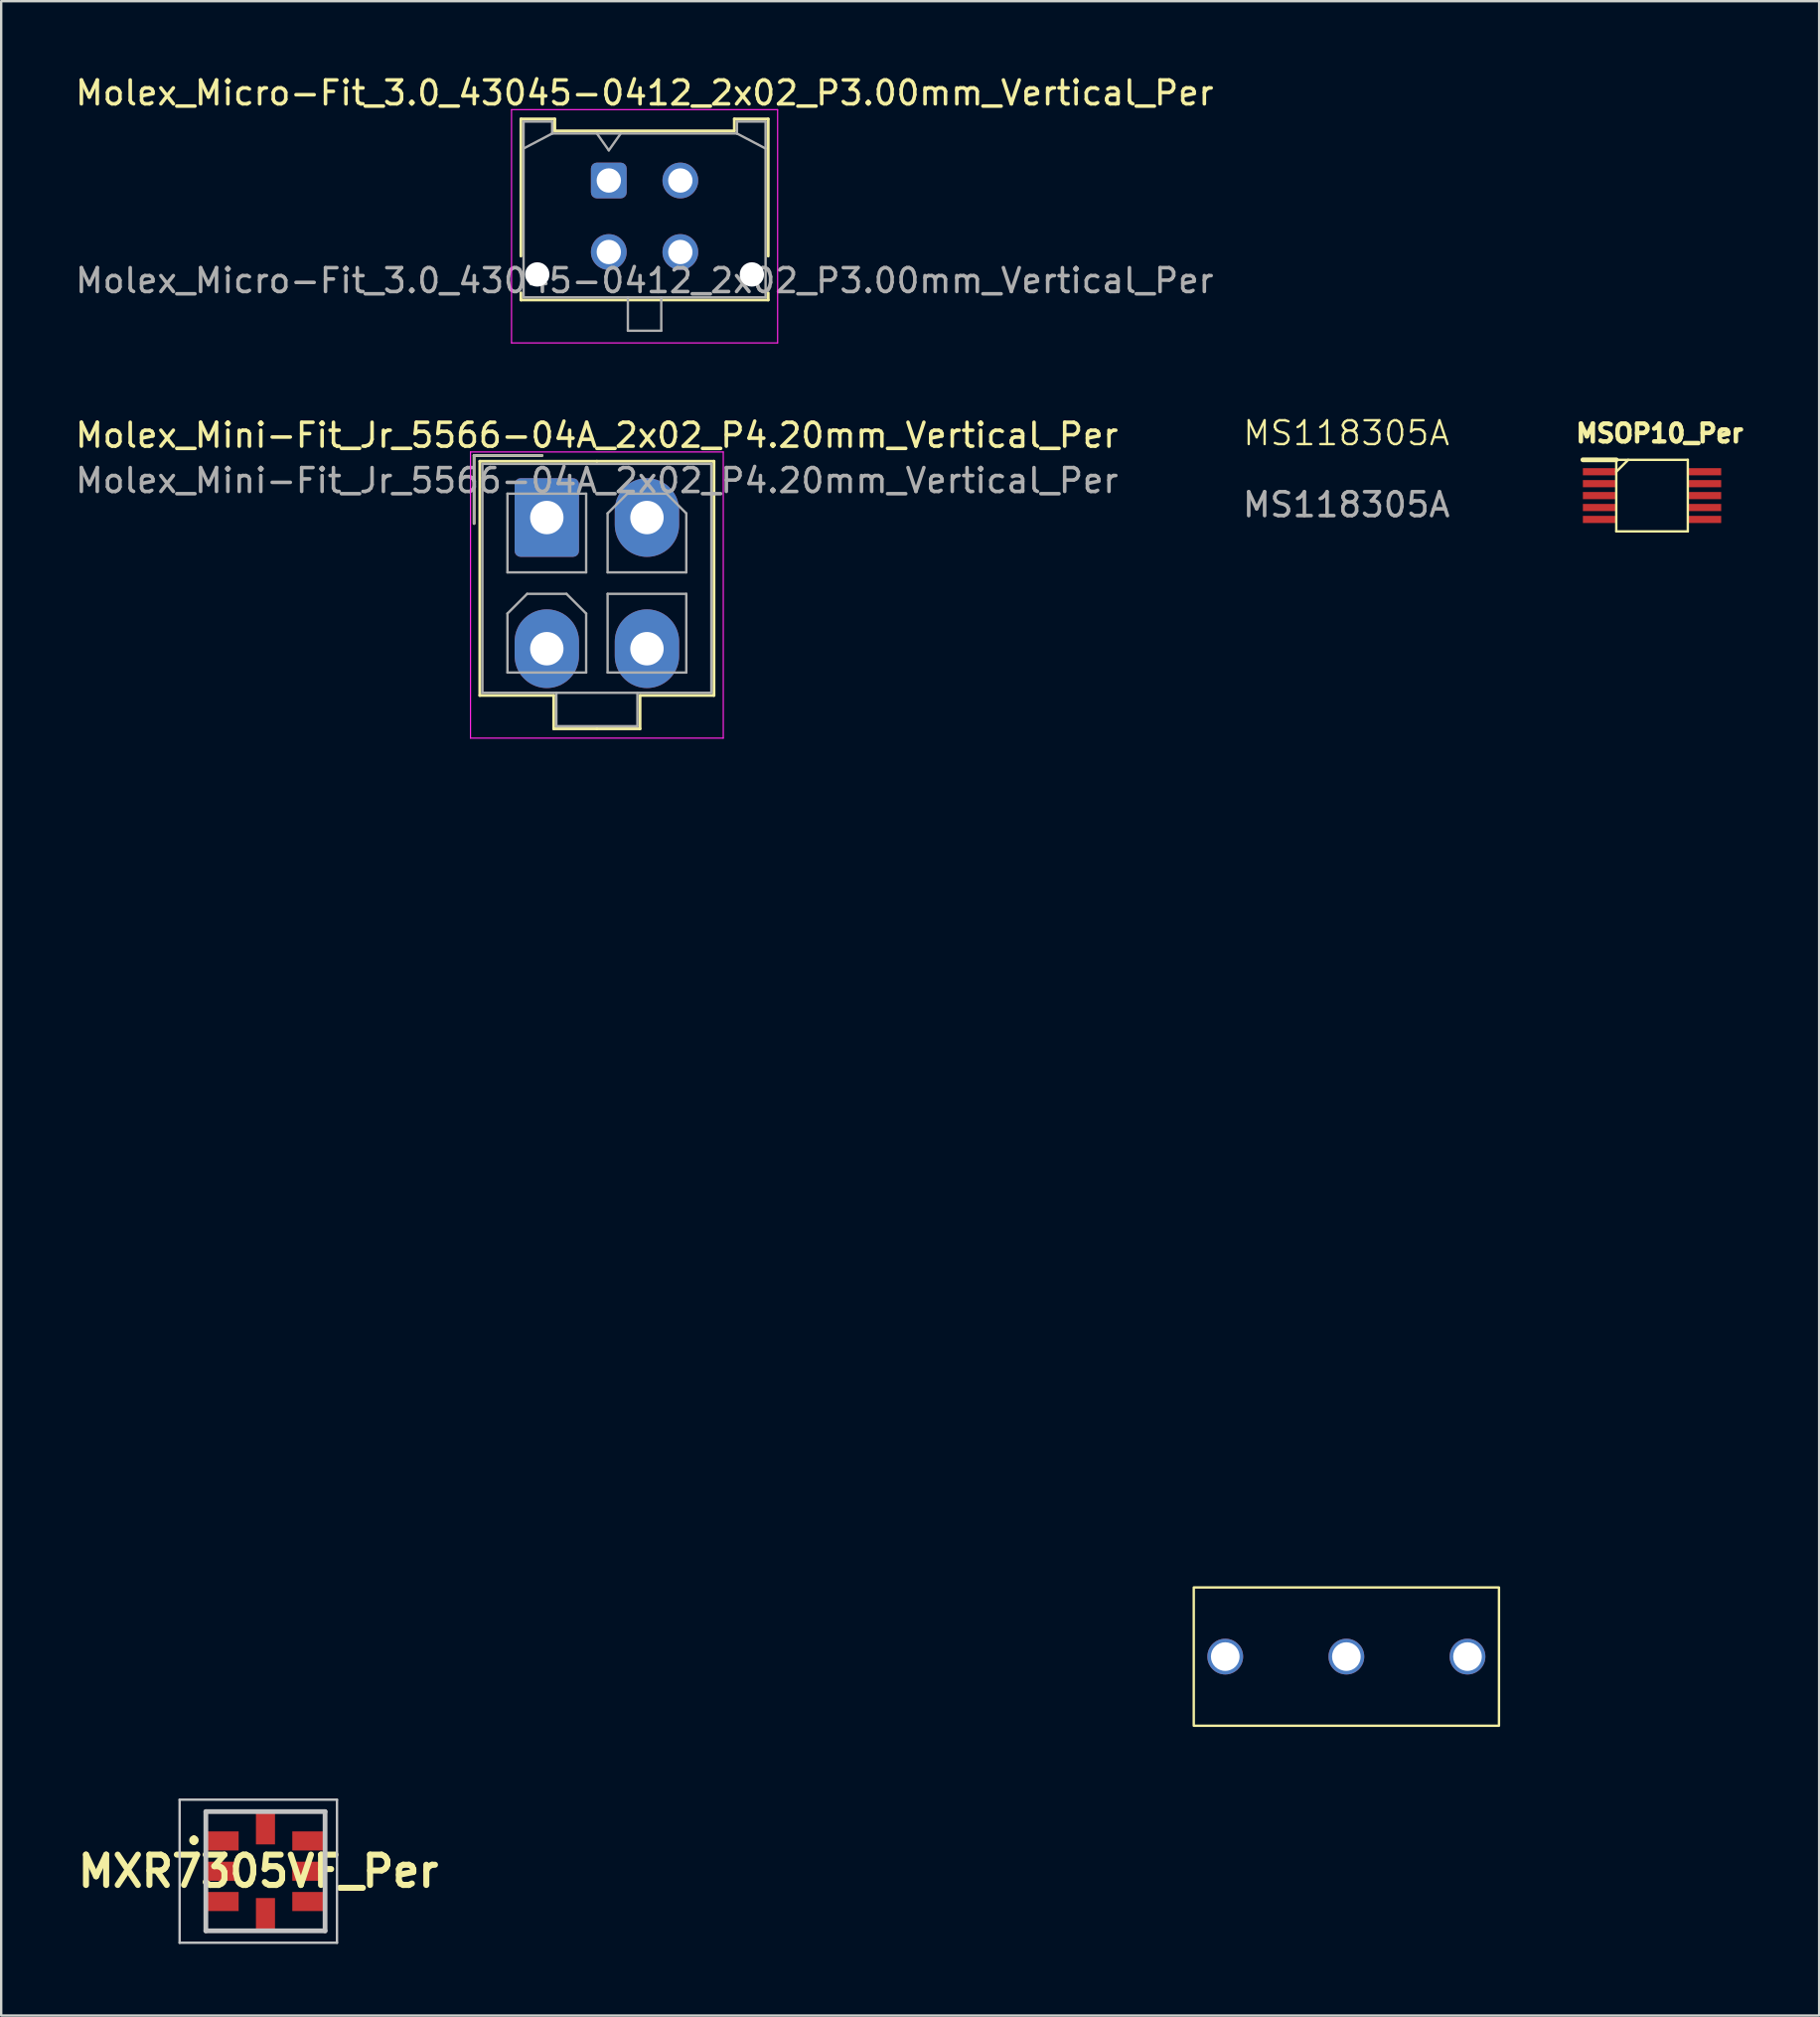
<source format=kicad_pcb>
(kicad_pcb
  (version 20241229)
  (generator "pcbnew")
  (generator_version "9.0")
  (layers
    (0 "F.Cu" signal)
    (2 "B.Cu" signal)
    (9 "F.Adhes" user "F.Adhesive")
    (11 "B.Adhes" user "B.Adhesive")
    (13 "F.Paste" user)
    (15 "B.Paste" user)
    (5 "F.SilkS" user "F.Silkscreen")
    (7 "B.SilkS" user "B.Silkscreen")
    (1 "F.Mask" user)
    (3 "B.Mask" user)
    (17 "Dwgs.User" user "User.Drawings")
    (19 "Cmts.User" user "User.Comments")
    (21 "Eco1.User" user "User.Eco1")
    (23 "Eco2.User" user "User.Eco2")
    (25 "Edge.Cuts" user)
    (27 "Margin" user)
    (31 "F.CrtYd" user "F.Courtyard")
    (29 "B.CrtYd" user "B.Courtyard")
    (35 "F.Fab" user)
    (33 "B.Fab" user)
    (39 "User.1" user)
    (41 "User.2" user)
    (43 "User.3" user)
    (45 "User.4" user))
  (footprint "MSOP10_Per"
    (layer "F.Cu")
    (at 66.233 17.731)
    (property "Reference" "MSOP10_Per" (at 0.32 -2.61 0) (layer "F.SilkS") (effects (font (size 0.75 0.75) (thickness 0.188))))
    (attr smd)
    (fp_line (start -2.9 -1.5) (end -1.5 -1.5) (stroke (width 0.2) (type solid)) (layer "F.SilkS"))
    (fp_line (start -1.5 -1.5) (end 1.5 -1.5) (stroke (width 0.1) (type solid)) (layer "F.SilkS"))
    (fp_line (start -1.5 -1) (end -1 -1.5) (stroke (width 0.1) (type solid)) (layer "F.SilkS"))
    (fp_line (start -1.5 1.5) (end -1.5 -1.5) (stroke (width 0.1) (type solid)) (layer "F.SilkS"))
    (fp_line (start 1.5 -1.5) (end 1.5 1.5) (stroke (width 0.1) (type solid)) (layer "F.SilkS"))
    (fp_line (start 1.5 1.5) (end -1.5 1.5) (stroke (width 0.1) (type solid)) (layer "F.SilkS"))
    (pad "1" smd rect (at -2.2 -1 90) (size 0.3 1.4) (layers "F.Cu" "F.Mask" "F.Paste"))
    (pad "2" smd rect (at -2.2 -0.5 90) (size 0.3 1.4) (layers "F.Cu" "F.Mask" "F.Paste"))
    (pad "3" smd rect (at -2.2 0 90) (size 0.3 1.4) (layers "F.Cu" "F.Mask" "F.Paste"))
    (pad "4" smd rect (at -2.2 0.5 90) (size 0.3 1.4) (layers "F.Cu" "F.Mask" "F.Paste"))
    (pad "5" smd rect (at -2.2 1 90) (size 0.3 1.4) (layers "F.Cu" "F.Mask" "F.Paste"))
    (pad "6" smd rect (at 2.2 1 90) (size 0.3 1.4) (layers "F.Cu" "F.Mask" "F.Paste"))
    (pad "7" smd rect (at 2.2 0.5 90) (size 0.3 1.4) (layers "F.Cu" "F.Mask" "F.Paste"))
    (pad "8" smd rect (at 2.2 0 90) (size 0.3 1.4) (layers "F.Cu" "F.Mask" "F.Paste"))
    (pad "9" smd rect (at 2.2 -0.5 90) (size 0.3 1.4) (layers "F.Cu" "F.Mask" "F.Paste"))
    (pad "10" smd rect (at 2.2 -1 90) (size 0.3 1.4) (layers "F.Cu" "F.Mask" "F.Paste")))
  (footprint "MXR7305VF_Per"
    (layer "F.Cu")
    (at 8.083 75.414)
    (property "Reference" "MXR7305VF_Per" (at -0.3 0 180) (layer "F.SilkS") (effects (font (size 1.27 1.27) (thickness 0.254))))
    (attr smd)
    (fp_line (start -3 -1.4) (end -3 -1.4) (stroke (width 0.2) (type solid)) (layer "F.SilkS"))
    (fp_line (start -3 -1.2) (end -3 -1.2) (stroke (width 0.2) (type solid)) (layer "F.SilkS"))
    (fp_line (start -2.5 -2.5) (end -2.5 -2) (stroke (width 0.1) (type solid)) (layer "F.SilkS"))
    (fp_line (start -2.5 2) (end -2.5 2.5) (stroke (width 0.1) (type solid)) (layer "F.SilkS"))
    (fp_line (start -2.5 2.5) (end -1 2.5) (stroke (width 0.1) (type solid)) (layer "F.SilkS"))
    (fp_line (start -1 -2.5) (end -2.5 -2.5) (stroke (width 0.1) (type solid)) (layer "F.SilkS"))
    (fp_line (start 1 -2.5) (end 2.5 -2.5) (stroke (width 0.1) (type solid)) (layer "F.SilkS"))
    (fp_line (start 1 2.5) (end 2.5 2.5) (stroke (width 0.1) (type solid)) (layer "F.SilkS"))
    (fp_line (start 2.5 -2.5) (end 2.5 -2) (stroke (width 0.1) (type solid)) (layer "F.SilkS"))
    (fp_line (start 2.5 2.5) (end 2.5 2) (stroke (width 0.1) (type solid)) (layer "F.SilkS"))
    (fp_arc (start -3 -1.4) (mid -2.9 -1.3) (end -3 -1.2) (stroke (width 0.2) (type solid)) (layer "F.SilkS"))
    (fp_arc (start -3 -1.2) (mid -3.1 -1.3) (end -3 -1.4) (stroke (width 0.2) (type solid)) (layer "F.SilkS"))
    (fp_line (start -3.6 -3) (end 3 -3) (stroke (width 0.1) (type solid)) (layer "Dwgs.User"))
    (fp_line (start -3.6 3) (end -3.6 -3) (stroke (width 0.1) (type solid)) (layer "Dwgs.User"))
    (fp_line (start -2.5 -2.5) (end 2.5 -2.5) (stroke (width 0.2) (type solid)) (layer "Dwgs.User"))
    (fp_line (start -2.5 2.5) (end -2.5 -2.5) (stroke (width 0.2) (type solid)) (layer "Dwgs.User"))
    (fp_line (start 2.5 -2.5) (end 2.5 2.5) (stroke (width 0.2) (type solid)) (layer "Dwgs.User"))
    (fp_line (start 2.5 2.5) (end -2.5 2.5) (stroke (width 0.2) (type solid)) (layer "Dwgs.User"))
    (fp_line (start 3 -3) (end 3 3) (stroke (width 0.1) (type solid)) (layer "Dwgs.User"))
    (fp_line (start 3 3) (end -3.6 3) (stroke (width 0.1) (type solid)) (layer "Dwgs.User"))
    (pad "1" smd rect (at -1.8 -1.27 90) (size 0.8 1.35) (layers "F.Cu" "F.Mask" "F.Paste"))
    (pad "2" smd rect (at -1.8 0 90) (size 0.8 1.35) (layers "F.Cu" "F.Mask" "F.Paste"))
    (pad "3" smd rect (at -1.8 1.27 90) (size 0.8 1.35) (layers "F.Cu" "F.Mask" "F.Paste"))
    (pad "4" smd rect (at 0 1.8) (size 0.8 1.35) (layers "F.Cu" "F.Mask" "F.Paste"))
    (pad "5" smd rect (at 1.8 1.27 90) (size 0.8 1.35) (layers "F.Cu" "F.Mask" "F.Paste"))
    (pad "6" smd rect (at 1.8 0 90) (size 0.8 1.35) (layers "F.Cu" "F.Mask" "F.Paste"))
    (pad "7" smd rect (at 1.8 -1.27 90) (size 0.8 1.35) (layers "F.Cu" "F.Mask" "F.Paste"))
    (pad "8" smd rect (at 0 -1.8) (size 0.8 1.35) (layers "F.Cu" "F.Mask" "F.Paste")))
  (footprint "Molex_Mini-Fit_Jr_5566-04A_2x02_P4.20mm_Vertical_Per"
    (layer "F.Cu")
    (at 19.882 18.651)
    (property "Reference" "Molex_Mini-Fit_Jr_5566-04A_2x02_P4.20mm_Vertical_Per" (at 2.1 -3.45 180) (layer "F.SilkS") (effects (font (size 1 1) (thickness 0.15))))
    (attr through_hole)
    (fp_line (start -3.05 -2.6) (end -3.05 0.25) (stroke (width 0.12) (type solid)) (layer "F.SilkS"))
    (fp_line (start -2.81 -2.36) (end -2.81 7.46) (stroke (width 0.12) (type solid)) (layer "F.SilkS"))
    (fp_line (start -2.81 7.46) (end 0.29 7.46) (stroke (width 0.12) (type solid)) (layer "F.SilkS"))
    (fp_line (start -0.2 -2.6) (end -3.05 -2.6) (stroke (width 0.12) (type solid)) (layer "F.SilkS"))
    (fp_line (start 0.29 7.46) (end 0.29 8.86) (stroke (width 0.12) (type solid)) (layer "F.SilkS"))
    (fp_line (start 0.29 8.86) (end 2.1 8.86) (stroke (width 0.12) (type solid)) (layer "F.SilkS"))
    (fp_line (start 2.1 -2.36) (end -2.81 -2.36) (stroke (width 0.12) (type solid)) (layer "F.SilkS"))
    (fp_line (start 2.1 -2.36) (end 7.01 -2.36) (stroke (width 0.12) (type solid)) (layer "F.SilkS"))
    (fp_line (start 3.91 7.46) (end 3.91 8.86) (stroke (width 0.12) (type solid)) (layer "F.SilkS"))
    (fp_line (start 3.91 8.86) (end 2.1 8.86) (stroke (width 0.12) (type solid)) (layer "F.SilkS"))
    (fp_line (start 7.01 -2.36) (end 7.01 7.46) (stroke (width 0.12) (type solid)) (layer "F.SilkS"))
    (fp_line (start 7.01 7.46) (end 3.91 7.46) (stroke (width 0.12) (type solid)) (layer "F.SilkS"))
    (fp_line (start -3.2 -2.75) (end -3.2 9.25) (stroke (width 0.05) (type solid)) (layer "F.CrtYd"))
    (fp_line (start -3.2 9.25) (end 7.4 9.25) (stroke (width 0.05) (type solid)) (layer "F.CrtYd"))
    (fp_line (start 7.4 -2.75) (end -3.2 -2.75) (stroke (width 0.05) (type solid)) (layer "F.CrtYd"))
    (fp_line (start 7.4 9.25) (end 7.4 -2.75) (stroke (width 0.05) (type solid)) (layer "F.CrtYd"))
    (fp_line (start -3.05 -2.6) (end -3.05 0.25) (stroke (width 0.1) (type solid)) (layer "F.Fab"))
    (fp_line (start -2.7 -2.25) (end -2.7 7.35) (stroke (width 0.1) (type solid)) (layer "F.Fab"))
    (fp_line (start -2.7 7.35) (end 6.9 7.35) (stroke (width 0.1) (type solid)) (layer "F.Fab"))
    (fp_line (start -1.65 -1) (end -1.65 2.3) (stroke (width 0.1) (type solid)) (layer "F.Fab"))
    (fp_line (start -1.65 2.3) (end 1.65 2.3) (stroke (width 0.1) (type solid)) (layer "F.Fab"))
    (fp_line (start -1.65 4.025) (end -0.825 3.2) (stroke (width 0.1) (type solid)) (layer "F.Fab"))
    (fp_line (start -1.65 6.5) (end -1.65 4.025) (stroke (width 0.1) (type solid)) (layer "F.Fab"))
    (fp_line (start -0.825 3.2) (end 0.825 3.2) (stroke (width 0.1) (type solid)) (layer "F.Fab"))
    (fp_line (start -0.2 -2.6) (end -3.05 -2.6) (stroke (width 0.1) (type solid)) (layer "F.Fab"))
    (fp_line (start 0.4 7.35) (end 0.4 8.75) (stroke (width 0.1) (type solid)) (layer "F.Fab"))
    (fp_line (start 0.4 8.75) (end 3.8 8.75) (stroke (width 0.1) (type solid)) (layer "F.Fab"))
    (fp_line (start 0.825 3.2) (end 1.65 4.025) (stroke (width 0.1) (type solid)) (layer "F.Fab"))
    (fp_line (start 1.65 -1) (end -1.65 -1) (stroke (width 0.1) (type solid)) (layer "F.Fab"))
    (fp_line (start 1.65 2.3) (end 1.65 -1) (stroke (width 0.1) (type solid)) (layer "F.Fab"))
    (fp_line (start 1.65 4.025) (end 1.65 6.5) (stroke (width 0.1) (type solid)) (layer "F.Fab"))
    (fp_line (start 1.65 6.5) (end -1.65 6.5) (stroke (width 0.1) (type solid)) (layer "F.Fab"))
    (fp_line (start 2.55 -0.175) (end 3.375 -1) (stroke (width 0.1) (type solid)) (layer "F.Fab"))
    (fp_line (start 2.55 2.3) (end 2.55 -0.175) (stroke (width 0.1) (type solid)) (layer "F.Fab"))
    (fp_line (start 2.55 3.2) (end 2.55 6.5) (stroke (width 0.1) (type solid)) (layer "F.Fab"))
    (fp_line (start 2.55 6.5) (end 5.85 6.5) (stroke (width 0.1) (type solid)) (layer "F.Fab"))
    (fp_line (start 3.375 -1) (end 5.025 -1) (stroke (width 0.1) (type solid)) (layer "F.Fab"))
    (fp_line (start 3.8 8.75) (end 3.8 7.35) (stroke (width 0.1) (type solid)) (layer "F.Fab"))
    (fp_line (start 5.025 -1) (end 5.85 -0.175) (stroke (width 0.1) (type solid)) (layer "F.Fab"))
    (fp_line (start 5.85 -0.175) (end 5.85 2.3) (stroke (width 0.1) (type solid)) (layer "F.Fab"))
    (fp_line (start 5.85 2.3) (end 2.55 2.3) (stroke (width 0.1) (type solid)) (layer "F.Fab"))
    (fp_line (start 5.85 3.2) (end 2.55 3.2) (stroke (width 0.1) (type solid)) (layer "F.Fab"))
    (fp_line (start 5.85 6.5) (end 5.85 3.2) (stroke (width 0.1) (type solid)) (layer "F.Fab"))
    (fp_line (start 6.9 -2.25) (end -2.7 -2.25) (stroke (width 0.1) (type solid)) (layer "F.Fab"))
    (fp_line (start 6.9 7.35) (end 6.9 -2.25) (stroke (width 0.1) (type solid)) (layer "F.Fab"))
    (fp_text user "${REFERENCE}" (at 2.1 -1.55 180) (layer "F.Fab") (effects (font (size 1 1) (thickness 0.15))))
    (pad "1" thru_hole roundrect (at 0 0) (size 2.7 3.3) (drill 1.4) (layers "*.Cu" "*.Mask") (roundrect_rratio 0.093))
    (pad "2" thru_hole oval (at 4.2 0) (size 2.7 3.3) (drill 1.4) (layers "*.Cu" "*.Mask"))
    (pad "3" thru_hole oval (at 0 5.5) (size 2.7 3.3) (drill 1.4) (layers "*.Cu" "*.Mask"))
    (pad "4" thru_hole oval (at 4.2 5.5) (size 2.7 3.3) (drill 1.4) (layers "*.Cu" "*.Mask")))
  (footprint "MS118305A"
    (layer "F.Cu")
    (at 53.414 66.414)
    (property "Reference" "MS118305A" (at 0 -51.3 0) (unlocked yes) (layer "F.SilkS") (effects (font (size 1 1) (thickness 0.1))))
    (attr through_hole)
    (fp_rect (start -6.4 -2.9) (end 6.4 2.9) (stroke (width 0.1) (type default)) (fill no) (layer "F.SilkS"))
    (fp_text user "${REFERENCE}" (at 0 -48.3 0) (unlocked yes) (layer "F.Fab") (effects (font (size 1 1) (thickness 0.15))))
    (pad "1" thru_hole circle (at -5.08 0) (size 1.5 1.5) (drill 1.2) (layers "*.Cu" "*.Mask"))
    (pad "2" thru_hole circle (at 0 0) (size 1.5 1.5) (drill 1.2) (layers "*.Cu" "*.Mask"))
    (pad "3" thru_hole circle (at 5.08 0) (size 1.5 1.5) (drill 1.2) (layers "*.Cu" "*.Mask")))
  (footprint "Molex_Micro-Fit_3.0_43045-0412_2x02_P3.00mm_Vertical_Per"
    (layer "F.Cu")
    (at 22.482 4.518)
    (property "Reference" "Molex_Micro-Fit_3.0_43045-0412_2x02_P3.00mm_Vertical_Per" (at 1.5 -3.67 180) (layer "F.SilkS") (effects (font (size 1 1) (thickness 0.15))))
    (attr through_hole)
    (fp_line (start -3.685 -2.58) (end -2.265 -2.58) (stroke (width 0.12) (type solid)) (layer "F.SilkS"))
    (fp_line (start -3.685 3.17) (end -3.685 -2.58) (stroke (width 0.12) (type solid)) (layer "F.SilkS"))
    (fp_line (start -3.685 4.71) (end -3.685 5.01) (stroke (width 0.12) (type solid)) (layer "F.SilkS"))
    (fp_line (start -3.685 5.01) (end 6.685 5.01) (stroke (width 0.12) (type solid)) (layer "F.SilkS"))
    (fp_line (start -2.265 -2.58) (end -2.265 -2.08) (stroke (width 0.12) (type solid)) (layer "F.SilkS"))
    (fp_line (start -2.265 -2.08) (end 5.265 -2.08) (stroke (width 0.12) (type solid)) (layer "F.SilkS"))
    (fp_line (start 5.265 -2.58) (end 6.685 -2.58) (stroke (width 0.12) (type solid)) (layer "F.SilkS"))
    (fp_line (start 5.265 -2.08) (end 5.265 -2.58) (stroke (width 0.12) (type solid)) (layer "F.SilkS"))
    (fp_line (start 6.685 -2.58) (end 6.685 3.17) (stroke (width 0.12) (type solid)) (layer "F.SilkS"))
    (fp_line (start 6.685 5.01) (end 6.685 4.71) (stroke (width 0.12) (type solid)) (layer "F.SilkS"))
    (fp_line (start -4.08 -2.97) (end 7.08 -2.97) (stroke (width 0.05) (type solid)) (layer "F.CrtYd"))
    (fp_line (start -4.08 6.81) (end -4.08 -2.97) (stroke (width 0.05) (type solid)) (layer "F.CrtYd"))
    (fp_line (start 7.08 -2.97) (end 7.08 6.81) (stroke (width 0.05) (type solid)) (layer "F.CrtYd"))
    (fp_line (start 7.08 6.81) (end -4.08 6.81) (stroke (width 0.05) (type solid)) (layer "F.CrtYd"))
    (fp_line (start -3.575 -2.47) (end -3.575 4.9) (stroke (width 0.1) (type solid)) (layer "F.Fab"))
    (fp_line (start -3.575 -1.34) (end -2.375 -1.97) (stroke (width 0.1) (type solid)) (layer "F.Fab"))
    (fp_line (start -3.575 4.9) (end 6.575 4.9) (stroke (width 0.1) (type solid)) (layer "F.Fab"))
    (fp_line (start -2.375 -2.47) (end -3.575 -2.47) (stroke (width 0.1) (type solid)) (layer "F.Fab"))
    (fp_line (start -2.375 -1.97) (end -2.375 -2.47) (stroke (width 0.1) (type solid)) (layer "F.Fab"))
    (fp_line (start -0.5 -1.97) (end 0 -1.263) (stroke (width 0.1) (type solid)) (layer "F.Fab"))
    (fp_line (start 0 -1.263) (end 0.5 -1.97) (stroke (width 0.1) (type solid)) (layer "F.Fab"))
    (fp_line (start 0.8 4.9) (end 0.8 6.3) (stroke (width 0.1) (type solid)) (layer "F.Fab"))
    (fp_line (start 0.8 6.3) (end 2.2 6.3) (stroke (width 0.1) (type solid)) (layer "F.Fab"))
    (fp_line (start 2.2 6.3) (end 2.2 4.9) (stroke (width 0.1) (type solid)) (layer "F.Fab"))
    (fp_line (start 5.375 -2.47) (end 5.375 -1.97) (stroke (width 0.1) (type solid)) (layer "F.Fab"))
    (fp_line (start 5.375 -1.97) (end -2.375 -1.97) (stroke (width 0.1) (type solid)) (layer "F.Fab"))
    (fp_line (start 6.575 -2.47) (end 5.375 -2.47) (stroke (width 0.1) (type solid)) (layer "F.Fab"))
    (fp_line (start 6.575 -1.34) (end 5.375 -1.97) (stroke (width 0.1) (type solid)) (layer "F.Fab"))
    (fp_line (start 6.575 4.9) (end 6.575 -2.47) (stroke (width 0.1) (type solid)) (layer "F.Fab"))
    (fp_text user "${REFERENCE}" (at 1.5 4.2 180) (layer "F.Fab") (effects (font (size 1 1) (thickness 0.15))))
    (pad "" np_thru_hole circle (at -3 3.94) (size 1.02 1.02) (drill 1.02) (layers "*.Cu" "*.Mask"))
    (pad "" np_thru_hole circle (at 6 3.94) (size 1.02 1.02) (drill 1.02) (layers "*.Cu" "*.Mask"))
    (pad "1" thru_hole roundrect (at 0 0) (size 1.5 1.5) (drill 1.02) (layers "*.Cu" "*.Mask") (roundrect_rratio 0.167))
    (pad "2" thru_hole circle (at 3 0) (size 1.5 1.5) (drill 1.02) (layers "*.Cu" "*.Mask"))
    (pad "3" thru_hole circle (at 0 3) (size 1.5 1.5) (drill 1.02) (layers "*.Cu" "*.Mask"))
    (pad "4" thru_hole circle (at 3 3) (size 1.5 1.5) (drill 1.02) (layers "*.Cu" "*.Mask")))
  (gr_rect
    (start -3 -3)
    (end 73.241 81.464)
    (stroke (width 0.1) (type default))
    (fill no)
    (layer "Edge.Cuts")))
</source>
